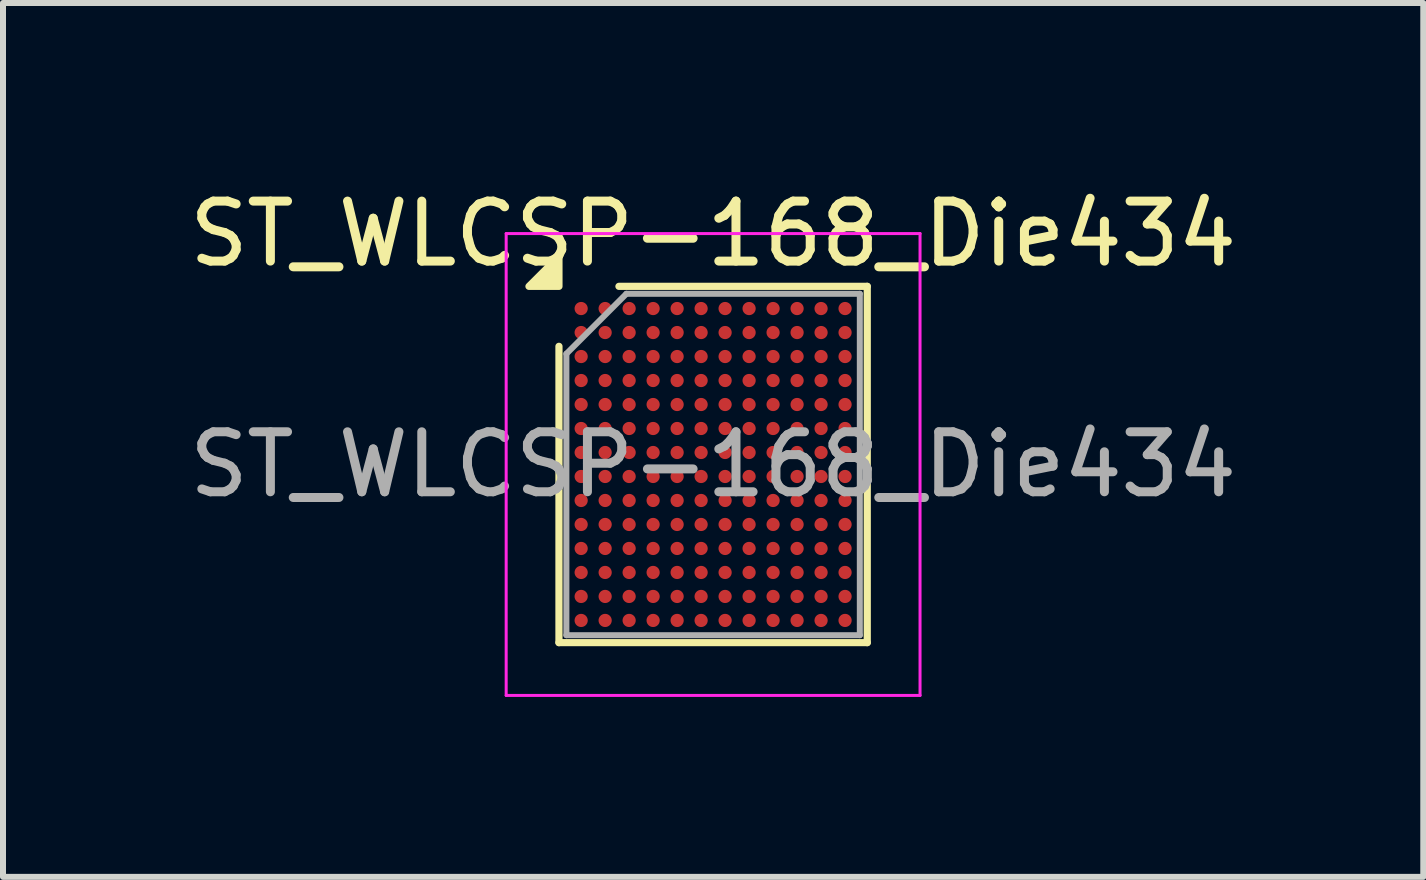
<source format=kicad_pcb>
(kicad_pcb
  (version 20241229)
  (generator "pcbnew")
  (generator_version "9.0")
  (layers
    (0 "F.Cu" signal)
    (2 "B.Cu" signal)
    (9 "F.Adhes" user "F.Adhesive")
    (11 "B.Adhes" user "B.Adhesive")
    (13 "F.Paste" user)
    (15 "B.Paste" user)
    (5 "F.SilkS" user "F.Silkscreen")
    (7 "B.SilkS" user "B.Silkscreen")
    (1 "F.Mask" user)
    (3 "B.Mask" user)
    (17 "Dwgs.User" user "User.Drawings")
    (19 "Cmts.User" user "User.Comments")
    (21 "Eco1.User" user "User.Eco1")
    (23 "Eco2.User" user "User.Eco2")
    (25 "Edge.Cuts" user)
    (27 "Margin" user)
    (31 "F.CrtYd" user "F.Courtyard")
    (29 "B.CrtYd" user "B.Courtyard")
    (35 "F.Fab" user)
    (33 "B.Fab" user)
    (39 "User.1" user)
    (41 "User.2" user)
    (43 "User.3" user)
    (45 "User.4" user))
  (footprint "ST_WLCSP-168_Die434"
    (layer "F.Cu")
    (at 8.839 4.694)
    (property "Reference" "ST_WLCSP-168_Die434" (at 0 -3.846 0) (layer "F.SilkS") (effects (font (size 1 1) (thickness 0.15))))
    (attr smd)
    (fp_line (start -2.57 2.97) (end -2.57 -1.97) (stroke (width 0.12) (type solid)) (layer "F.SilkS"))
    (fp_line (start -1.57 -2.97) (end 2.57 -2.97) (stroke (width 0.12) (type solid)) (layer "F.SilkS"))
    (fp_line (start 2.57 -2.97) (end 2.57 2.97) (stroke (width 0.12) (type solid)) (layer "F.SilkS"))
    (fp_line (start 2.57 2.97) (end -2.57 2.97) (stroke (width 0.12) (type solid)) (layer "F.SilkS"))
    (fp_poly (pts (xy -2.57 -2.97) (xy -3.07 -2.97) (xy -2.57 -3.47) (xy -2.57 -2.97)) (stroke (width 0.12) (type solid)) (fill yes) (layer "F.SilkS"))
    (fp_line (start -3.45 -3.85) (end -3.45 3.85) (stroke (width 0.05) (type solid)) (layer "F.CrtYd"))
    (fp_line (start -3.45 3.85) (end 3.45 3.85) (stroke (width 0.05) (type solid)) (layer "F.CrtYd"))
    (fp_line (start 3.45 -3.85) (end -3.45 -3.85) (stroke (width 0.05) (type solid)) (layer "F.CrtYd"))
    (fp_line (start 3.45 3.85) (end 3.45 -3.85) (stroke (width 0.05) (type solid)) (layer "F.CrtYd"))
    (fp_line (start -2.446 -1.846) (end -1.446 -2.846) (stroke (width 0.1) (type solid)) (layer "F.Fab"))
    (fp_line (start -2.446 2.846) (end -2.446 -1.846) (stroke (width 0.1) (type solid)) (layer "F.Fab"))
    (fp_line (start -1.446 -2.846) (end 2.446 -2.846) (stroke (width 0.1) (type solid)) (layer "F.Fab"))
    (fp_line (start 2.446 -2.846) (end 2.446 2.846) (stroke (width 0.1) (type solid)) (layer "F.Fab"))
    (fp_line (start 2.446 2.846) (end -2.446 2.846) (stroke (width 0.1) (type solid)) (layer "F.Fab"))
    (fp_text user "${REFERENCE}" (at 0 0 0) (layer "F.Fab") (effects (font (size 1 1) (thickness 0.15))))
    (pad "A1" smd circle (at -2.2 -2.6) (size 0.22 0.22) (property pad_prop_bga) (layers "F.Cu" "F.Mask" "F.Paste"))
    (pad "A2" smd circle (at -1.8 -2.6) (size 0.22 0.22) (property pad_prop_bga) (layers "F.Cu" "F.Mask" "F.Paste"))
    (pad "A3" smd circle (at -1.4 -2.6) (size 0.22 0.22) (property pad_prop_bga) (layers "F.Cu" "F.Mask" "F.Paste"))
    (pad "A4" smd circle (at -1 -2.6) (size 0.22 0.22) (property pad_prop_bga) (layers "F.Cu" "F.Mask" "F.Paste"))
    (pad "A5" smd circle (at -0.6 -2.6) (size 0.22 0.22) (property pad_prop_bga) (layers "F.Cu" "F.Mask" "F.Paste"))
    (pad "A6" smd circle (at -0.2 -2.6) (size 0.22 0.22) (property pad_prop_bga) (layers "F.Cu" "F.Mask" "F.Paste"))
    (pad "A7" smd circle (at 0.2 -2.6) (size 0.22 0.22) (property pad_prop_bga) (layers "F.Cu" "F.Mask" "F.Paste"))
    (pad "A8" smd circle (at 0.6 -2.6) (size 0.22 0.22) (property pad_prop_bga) (layers "F.Cu" "F.Mask" "F.Paste"))
    (pad "A9" smd circle (at 1 -2.6) (size 0.22 0.22) (property pad_prop_bga) (layers "F.Cu" "F.Mask" "F.Paste"))
    (pad "A10" smd circle (at 1.4 -2.6) (size 0.22 0.22) (property pad_prop_bga) (layers "F.Cu" "F.Mask" "F.Paste"))
    (pad "A11" smd circle (at 1.8 -2.6) (size 0.22 0.22) (property pad_prop_bga) (layers "F.Cu" "F.Mask" "F.Paste"))
    (pad "A12" smd circle (at 2.2 -2.6) (size 0.22 0.22) (property pad_prop_bga) (layers "F.Cu" "F.Mask" "F.Paste"))
    (pad "B1" smd circle (at -2.2 -2.2) (size 0.22 0.22) (property pad_prop_bga) (layers "F.Cu" "F.Mask" "F.Paste"))
    (pad "B2" smd circle (at -1.8 -2.2) (size 0.22 0.22) (property pad_prop_bga) (layers "F.Cu" "F.Mask" "F.Paste"))
    (pad "B3" smd circle (at -1.4 -2.2) (size 0.22 0.22) (property pad_prop_bga) (layers "F.Cu" "F.Mask" "F.Paste"))
    (pad "B4" smd circle (at -1 -2.2) (size 0.22 0.22) (property pad_prop_bga) (layers "F.Cu" "F.Mask" "F.Paste"))
    (pad "B5" smd circle (at -0.6 -2.2) (size 0.22 0.22) (property pad_prop_bga) (layers "F.Cu" "F.Mask" "F.Paste"))
    (pad "B6" smd circle (at -0.2 -2.2) (size 0.22 0.22) (property pad_prop_bga) (layers "F.Cu" "F.Mask" "F.Paste"))
    (pad "B7" smd circle (at 0.2 -2.2) (size 0.22 0.22) (property pad_prop_bga) (layers "F.Cu" "F.Mask" "F.Paste"))
    (pad "B8" smd circle (at 0.6 -2.2) (size 0.22 0.22) (property pad_prop_bga) (layers "F.Cu" "F.Mask" "F.Paste"))
    (pad "B9" smd circle (at 1 -2.2) (size 0.22 0.22) (property pad_prop_bga) (layers "F.Cu" "F.Mask" "F.Paste"))
    (pad "B10" smd circle (at 1.4 -2.2) (size 0.22 0.22) (property pad_prop_bga) (layers "F.Cu" "F.Mask" "F.Paste"))
    (pad "B11" smd circle (at 1.8 -2.2) (size 0.22 0.22) (property pad_prop_bga) (layers "F.Cu" "F.Mask" "F.Paste"))
    (pad "B12" smd circle (at 2.2 -2.2) (size 0.22 0.22) (property pad_prop_bga) (layers "F.Cu" "F.Mask" "F.Paste"))
    (pad "C1" smd circle (at -2.2 -1.8) (size 0.22 0.22) (property pad_prop_bga) (layers "F.Cu" "F.Mask" "F.Paste"))
    (pad "C2" smd circle (at -1.8 -1.8) (size 0.22 0.22) (property pad_prop_bga) (layers "F.Cu" "F.Mask" "F.Paste"))
    (pad "C3" smd circle (at -1.4 -1.8) (size 0.22 0.22) (property pad_prop_bga) (layers "F.Cu" "F.Mask" "F.Paste"))
    (pad "C4" smd circle (at -1 -1.8) (size 0.22 0.22) (property pad_prop_bga) (layers "F.Cu" "F.Mask" "F.Paste"))
    (pad "C5" smd circle (at -0.6 -1.8) (size 0.22 0.22) (property pad_prop_bga) (layers "F.Cu" "F.Mask" "F.Paste"))
    (pad "C6" smd circle (at -0.2 -1.8) (size 0.22 0.22) (property pad_prop_bga) (layers "F.Cu" "F.Mask" "F.Paste"))
    (pad "C7" smd circle (at 0.2 -1.8) (size 0.22 0.22) (property pad_prop_bga) (layers "F.Cu" "F.Mask" "F.Paste"))
    (pad "C8" smd circle (at 0.6 -1.8) (size 0.22 0.22) (property pad_prop_bga) (layers "F.Cu" "F.Mask" "F.Paste"))
    (pad "C9" smd circle (at 1 -1.8) (size 0.22 0.22) (property pad_prop_bga) (layers "F.Cu" "F.Mask" "F.Paste"))
    (pad "C10" smd circle (at 1.4 -1.8) (size 0.22 0.22) (property pad_prop_bga) (layers "F.Cu" "F.Mask" "F.Paste"))
    (pad "C11" smd circle (at 1.8 -1.8) (size 0.22 0.22) (property pad_prop_bga) (layers "F.Cu" "F.Mask" "F.Paste"))
    (pad "C12" smd circle (at 2.2 -1.8) (size 0.22 0.22) (property pad_prop_bga) (layers "F.Cu" "F.Mask" "F.Paste"))
    (pad "D1" smd circle (at -2.2 -1.4) (size 0.22 0.22) (property pad_prop_bga) (layers "F.Cu" "F.Mask" "F.Paste"))
    (pad "D2" smd circle (at -1.8 -1.4) (size 0.22 0.22) (property pad_prop_bga) (layers "F.Cu" "F.Mask" "F.Paste"))
    (pad "D3" smd circle (at -1.4 -1.4) (size 0.22 0.22) (property pad_prop_bga) (layers "F.Cu" "F.Mask" "F.Paste"))
    (pad "D4" smd circle (at -1 -1.4) (size 0.22 0.22) (property pad_prop_bga) (layers "F.Cu" "F.Mask" "F.Paste"))
    (pad "D5" smd circle (at -0.6 -1.4) (size 0.22 0.22) (property pad_prop_bga) (layers "F.Cu" "F.Mask" "F.Paste"))
    (pad "D6" smd circle (at -0.2 -1.4) (size 0.22 0.22) (property pad_prop_bga) (layers "F.Cu" "F.Mask" "F.Paste"))
    (pad "D7" smd circle (at 0.2 -1.4) (size 0.22 0.22) (property pad_prop_bga) (layers "F.Cu" "F.Mask" "F.Paste"))
    (pad "D8" smd circle (at 0.6 -1.4) (size 0.22 0.22) (property pad_prop_bga) (layers "F.Cu" "F.Mask" "F.Paste"))
    (pad "D9" smd circle (at 1 -1.4) (size 0.22 0.22) (property pad_prop_bga) (layers "F.Cu" "F.Mask" "F.Paste"))
    (pad "D10" smd circle (at 1.4 -1.4) (size 0.22 0.22) (property pad_prop_bga) (layers "F.Cu" "F.Mask" "F.Paste"))
    (pad "D11" smd circle (at 1.8 -1.4) (size 0.22 0.22) (property pad_prop_bga) (layers "F.Cu" "F.Mask" "F.Paste"))
    (pad "D12" smd circle (at 2.2 -1.4) (size 0.22 0.22) (property pad_prop_bga) (layers "F.Cu" "F.Mask" "F.Paste"))
    (pad "E1" smd circle (at -2.2 -1) (size 0.22 0.22) (property pad_prop_bga) (layers "F.Cu" "F.Mask" "F.Paste"))
    (pad "E2" smd circle (at -1.8 -1) (size 0.22 0.22) (property pad_prop_bga) (layers "F.Cu" "F.Mask" "F.Paste"))
    (pad "E3" smd circle (at -1.4 -1) (size 0.22 0.22) (property pad_prop_bga) (layers "F.Cu" "F.Mask" "F.Paste"))
    (pad "E4" smd circle (at -1 -1) (size 0.22 0.22) (property pad_prop_bga) (layers "F.Cu" "F.Mask" "F.Paste"))
    (pad "E5" smd circle (at -0.6 -1) (size 0.22 0.22) (property pad_prop_bga) (layers "F.Cu" "F.Mask" "F.Paste"))
    (pad "E6" smd circle (at -0.2 -1) (size 0.22 0.22) (property pad_prop_bga) (layers "F.Cu" "F.Mask" "F.Paste"))
    (pad "E7" smd circle (at 0.2 -1) (size 0.22 0.22) (property pad_prop_bga) (layers "F.Cu" "F.Mask" "F.Paste"))
    (pad "E8" smd circle (at 0.6 -1) (size 0.22 0.22) (property pad_prop_bga) (layers "F.Cu" "F.Mask" "F.Paste"))
    (pad "E9" smd circle (at 1 -1) (size 0.22 0.22) (property pad_prop_bga) (layers "F.Cu" "F.Mask" "F.Paste"))
    (pad "E10" smd circle (at 1.4 -1) (size 0.22 0.22) (property pad_prop_bga) (layers "F.Cu" "F.Mask" "F.Paste"))
    (pad "E11" smd circle (at 1.8 -1) (size 0.22 0.22) (property pad_prop_bga) (layers "F.Cu" "F.Mask" "F.Paste"))
    (pad "E12" smd circle (at 2.2 -1) (size 0.22 0.22) (property pad_prop_bga) (layers "F.Cu" "F.Mask" "F.Paste"))
    (pad "F1" smd circle (at -2.2 -0.6) (size 0.22 0.22) (property pad_prop_bga) (layers "F.Cu" "F.Mask" "F.Paste"))
    (pad "F2" smd circle (at -1.8 -0.6) (size 0.22 0.22) (property pad_prop_bga) (layers "F.Cu" "F.Mask" "F.Paste"))
    (pad "F3" smd circle (at -1.4 -0.6) (size 0.22 0.22) (property pad_prop_bga) (layers "F.Cu" "F.Mask" "F.Paste"))
    (pad "F4" smd circle (at -1 -0.6) (size 0.22 0.22) (property pad_prop_bga) (layers "F.Cu" "F.Mask" "F.Paste"))
    (pad "F5" smd circle (at -0.6 -0.6) (size 0.22 0.22) (property pad_prop_bga) (layers "F.Cu" "F.Mask" "F.Paste"))
    (pad "F6" smd circle (at -0.2 -0.6) (size 0.22 0.22) (property pad_prop_bga) (layers "F.Cu" "F.Mask" "F.Paste"))
    (pad "F7" smd circle (at 0.2 -0.6) (size 0.22 0.22) (property pad_prop_bga) (layers "F.Cu" "F.Mask" "F.Paste"))
    (pad "F8" smd circle (at 0.6 -0.6) (size 0.22 0.22) (property pad_prop_bga) (layers "F.Cu" "F.Mask" "F.Paste"))
    (pad "F9" smd circle (at 1 -0.6) (size 0.22 0.22) (property pad_prop_bga) (layers "F.Cu" "F.Mask" "F.Paste"))
    (pad "F10" smd circle (at 1.4 -0.6) (size 0.22 0.22) (property pad_prop_bga) (layers "F.Cu" "F.Mask" "F.Paste"))
    (pad "F11" smd circle (at 1.8 -0.6) (size 0.22 0.22) (property pad_prop_bga) (layers "F.Cu" "F.Mask" "F.Paste"))
    (pad "F12" smd circle (at 2.2 -0.6) (size 0.22 0.22) (property pad_prop_bga) (layers "F.Cu" "F.Mask" "F.Paste"))
    (pad "G1" smd circle (at -2.2 -0.2) (size 0.22 0.22) (property pad_prop_bga) (layers "F.Cu" "F.Mask" "F.Paste"))
    (pad "G2" smd circle (at -1.8 -0.2) (size 0.22 0.22) (property pad_prop_bga) (layers "F.Cu" "F.Mask" "F.Paste"))
    (pad "G3" smd circle (at -1.4 -0.2) (size 0.22 0.22) (property pad_prop_bga) (layers "F.Cu" "F.Mask" "F.Paste"))
    (pad "G4" smd circle (at -1 -0.2) (size 0.22 0.22) (property pad_prop_bga) (layers "F.Cu" "F.Mask" "F.Paste"))
    (pad "G5" smd circle (at -0.6 -0.2) (size 0.22 0.22) (property pad_prop_bga) (layers "F.Cu" "F.Mask" "F.Paste"))
    (pad "G6" smd circle (at -0.2 -0.2) (size 0.22 0.22) (property pad_prop_bga) (layers "F.Cu" "F.Mask" "F.Paste"))
    (pad "G7" smd circle (at 0.2 -0.2) (size 0.22 0.22) (property pad_prop_bga) (layers "F.Cu" "F.Mask" "F.Paste"))
    (pad "G8" smd circle (at 0.6 -0.2) (size 0.22 0.22) (property pad_prop_bga) (layers "F.Cu" "F.Mask" "F.Paste"))
    (pad "G9" smd circle (at 1 -0.2) (size 0.22 0.22) (property pad_prop_bga) (layers "F.Cu" "F.Mask" "F.Paste"))
    (pad "G10" smd circle (at 1.4 -0.2) (size 0.22 0.22) (property pad_prop_bga) (layers "F.Cu" "F.Mask" "F.Paste"))
    (pad "G11" smd circle (at 1.8 -0.2) (size 0.22 0.22) (property pad_prop_bga) (layers "F.Cu" "F.Mask" "F.Paste"))
    (pad "G12" smd circle (at 2.2 -0.2) (size 0.22 0.22) (property pad_prop_bga) (layers "F.Cu" "F.Mask" "F.Paste"))
    (pad "H1" smd circle (at -2.2 0.2) (size 0.22 0.22) (property pad_prop_bga) (layers "F.Cu" "F.Mask" "F.Paste"))
    (pad "H2" smd circle (at -1.8 0.2) (size 0.22 0.22) (property pad_prop_bga) (layers "F.Cu" "F.Mask" "F.Paste"))
    (pad "H3" smd circle (at -1.4 0.2) (size 0.22 0.22) (property pad_prop_bga) (layers "F.Cu" "F.Mask" "F.Paste"))
    (pad "H4" smd circle (at -1 0.2) (size 0.22 0.22) (property pad_prop_bga) (layers "F.Cu" "F.Mask" "F.Paste"))
    (pad "H5" smd circle (at -0.6 0.2) (size 0.22 0.22) (property pad_prop_bga) (layers "F.Cu" "F.Mask" "F.Paste"))
    (pad "H6" smd circle (at -0.2 0.2) (size 0.22 0.22) (property pad_prop_bga) (layers "F.Cu" "F.Mask" "F.Paste"))
    (pad "H7" smd circle (at 0.2 0.2) (size 0.22 0.22) (property pad_prop_bga) (layers "F.Cu" "F.Mask" "F.Paste"))
    (pad "H8" smd circle (at 0.6 0.2) (size 0.22 0.22) (property pad_prop_bga) (layers "F.Cu" "F.Mask" "F.Paste"))
    (pad "H9" smd circle (at 1 0.2) (size 0.22 0.22) (property pad_prop_bga) (layers "F.Cu" "F.Mask" "F.Paste"))
    (pad "H10" smd circle (at 1.4 0.2) (size 0.22 0.22) (property pad_prop_bga) (layers "F.Cu" "F.Mask" "F.Paste"))
    (pad "H11" smd circle (at 1.8 0.2) (size 0.22 0.22) (property pad_prop_bga) (layers "F.Cu" "F.Mask" "F.Paste"))
    (pad "H12" smd circle (at 2.2 0.2) (size 0.22 0.22) (property pad_prop_bga) (layers "F.Cu" "F.Mask" "F.Paste"))
    (pad "J1" smd circle (at -2.2 0.6) (size 0.22 0.22) (property pad_prop_bga) (layers "F.Cu" "F.Mask" "F.Paste"))
    (pad "J2" smd circle (at -1.8 0.6) (size 0.22 0.22) (property pad_prop_bga) (layers "F.Cu" "F.Mask" "F.Paste"))
    (pad "J3" smd circle (at -1.4 0.6) (size 0.22 0.22) (property pad_prop_bga) (layers "F.Cu" "F.Mask" "F.Paste"))
    (pad "J4" smd circle (at -1 0.6) (size 0.22 0.22) (property pad_prop_bga) (layers "F.Cu" "F.Mask" "F.Paste"))
    (pad "J5" smd circle (at -0.6 0.6) (size 0.22 0.22) (property pad_prop_bga) (layers "F.Cu" "F.Mask" "F.Paste"))
    (pad "J6" smd circle (at -0.2 0.6) (size 0.22 0.22) (property pad_prop_bga) (layers "F.Cu" "F.Mask" "F.Paste"))
    (pad "J7" smd circle (at 0.2 0.6) (size 0.22 0.22) (property pad_prop_bga) (layers "F.Cu" "F.Mask" "F.Paste"))
    (pad "J8" smd circle (at 0.6 0.6) (size 0.22 0.22) (property pad_prop_bga) (layers "F.Cu" "F.Mask" "F.Paste"))
    (pad "J9" smd circle (at 1 0.6) (size 0.22 0.22) (property pad_prop_bga) (layers "F.Cu" "F.Mask" "F.Paste"))
    (pad "J10" smd circle (at 1.4 0.6) (size 0.22 0.22) (property pad_prop_bga) (layers "F.Cu" "F.Mask" "F.Paste"))
    (pad "J11" smd circle (at 1.8 0.6) (size 0.22 0.22) (property pad_prop_bga) (layers "F.Cu" "F.Mask" "F.Paste"))
    (pad "J12" smd circle (at 2.2 0.6) (size 0.22 0.22) (property pad_prop_bga) (layers "F.Cu" "F.Mask" "F.Paste"))
    (pad "K1" smd circle (at -2.2 1) (size 0.22 0.22) (property pad_prop_bga) (layers "F.Cu" "F.Mask" "F.Paste"))
    (pad "K2" smd circle (at -1.8 1) (size 0.22 0.22) (property pad_prop_bga) (layers "F.Cu" "F.Mask" "F.Paste"))
    (pad "K3" smd circle (at -1.4 1) (size 0.22 0.22) (property pad_prop_bga) (layers "F.Cu" "F.Mask" "F.Paste"))
    (pad "K4" smd circle (at -1 1) (size 0.22 0.22) (property pad_prop_bga) (layers "F.Cu" "F.Mask" "F.Paste"))
    (pad "K5" smd circle (at -0.6 1) (size 0.22 0.22) (property pad_prop_bga) (layers "F.Cu" "F.Mask" "F.Paste"))
    (pad "K6" smd circle (at -0.2 1) (size 0.22 0.22) (property pad_prop_bga) (layers "F.Cu" "F.Mask" "F.Paste"))
    (pad "K7" smd circle (at 0.2 1) (size 0.22 0.22) (property pad_prop_bga) (layers "F.Cu" "F.Mask" "F.Paste"))
    (pad "K8" smd circle (at 0.6 1) (size 0.22 0.22) (property pad_prop_bga) (layers "F.Cu" "F.Mask" "F.Paste"))
    (pad "K9" smd circle (at 1 1) (size 0.22 0.22) (property pad_prop_bga) (layers "F.Cu" "F.Mask" "F.Paste"))
    (pad "K10" smd circle (at 1.4 1) (size 0.22 0.22) (property pad_prop_bga) (layers "F.Cu" "F.Mask" "F.Paste"))
    (pad "K11" smd circle (at 1.8 1) (size 0.22 0.22) (property pad_prop_bga) (layers "F.Cu" "F.Mask" "F.Paste"))
    (pad "K12" smd circle (at 2.2 1) (size 0.22 0.22) (property pad_prop_bga) (layers "F.Cu" "F.Mask" "F.Paste"))
    (pad "L1" smd circle (at -2.2 1.4) (size 0.22 0.22) (property pad_prop_bga) (layers "F.Cu" "F.Mask" "F.Paste"))
    (pad "L2" smd circle (at -1.8 1.4) (size 0.22 0.22) (property pad_prop_bga) (layers "F.Cu" "F.Mask" "F.Paste"))
    (pad "L3" smd circle (at -1.4 1.4) (size 0.22 0.22) (property pad_prop_bga) (layers "F.Cu" "F.Mask" "F.Paste"))
    (pad "L4" smd circle (at -1 1.4) (size 0.22 0.22) (property pad_prop_bga) (layers "F.Cu" "F.Mask" "F.Paste"))
    (pad "L5" smd circle (at -0.6 1.4) (size 0.22 0.22) (property pad_prop_bga) (layers "F.Cu" "F.Mask" "F.Paste"))
    (pad "L6" smd circle (at -0.2 1.4) (size 0.22 0.22) (property pad_prop_bga) (layers "F.Cu" "F.Mask" "F.Paste"))
    (pad "L7" smd circle (at 0.2 1.4) (size 0.22 0.22) (property pad_prop_bga) (layers "F.Cu" "F.Mask" "F.Paste"))
    (pad "L8" smd circle (at 0.6 1.4) (size 0.22 0.22) (property pad_prop_bga) (layers "F.Cu" "F.Mask" "F.Paste"))
    (pad "L9" smd circle (at 1 1.4) (size 0.22 0.22) (property pad_prop_bga) (layers "F.Cu" "F.Mask" "F.Paste"))
    (pad "L10" smd circle (at 1.4 1.4) (size 0.22 0.22) (property pad_prop_bga) (layers "F.Cu" "F.Mask" "F.Paste"))
    (pad "L11" smd circle (at 1.8 1.4) (size 0.22 0.22) (property pad_prop_bga) (layers "F.Cu" "F.Mask" "F.Paste"))
    (pad "L12" smd circle (at 2.2 1.4) (size 0.22 0.22) (property pad_prop_bga) (layers "F.Cu" "F.Mask" "F.Paste"))
    (pad "M1" smd circle (at -2.2 1.8) (size 0.22 0.22) (property pad_prop_bga) (layers "F.Cu" "F.Mask" "F.Paste"))
    (pad "M2" smd circle (at -1.8 1.8) (size 0.22 0.22) (property pad_prop_bga) (layers "F.Cu" "F.Mask" "F.Paste"))
    (pad "M3" smd circle (at -1.4 1.8) (size 0.22 0.22) (property pad_prop_bga) (layers "F.Cu" "F.Mask" "F.Paste"))
    (pad "M4" smd circle (at -1 1.8) (size 0.22 0.22) (property pad_prop_bga) (layers "F.Cu" "F.Mask" "F.Paste"))
    (pad "M5" smd circle (at -0.6 1.8) (size 0.22 0.22) (property pad_prop_bga) (layers "F.Cu" "F.Mask" "F.Paste"))
    (pad "M6" smd circle (at -0.2 1.8) (size 0.22 0.22) (property pad_prop_bga) (layers "F.Cu" "F.Mask" "F.Paste"))
    (pad "M7" smd circle (at 0.2 1.8) (size 0.22 0.22) (property pad_prop_bga) (layers "F.Cu" "F.Mask" "F.Paste"))
    (pad "M8" smd circle (at 0.6 1.8) (size 0.22 0.22) (property pad_prop_bga) (layers "F.Cu" "F.Mask" "F.Paste"))
    (pad "M9" smd circle (at 1 1.8) (size 0.22 0.22) (property pad_prop_bga) (layers "F.Cu" "F.Mask" "F.Paste"))
    (pad "M10" smd circle (at 1.4 1.8) (size 0.22 0.22) (property pad_prop_bga) (layers "F.Cu" "F.Mask" "F.Paste"))
    (pad "M11" smd circle (at 1.8 1.8) (size 0.22 0.22) (property pad_prop_bga) (layers "F.Cu" "F.Mask" "F.Paste"))
    (pad "M12" smd circle (at 2.2 1.8) (size 0.22 0.22) (property pad_prop_bga) (layers "F.Cu" "F.Mask" "F.Paste"))
    (pad "N1" smd circle (at -2.2 2.2) (size 0.22 0.22) (property pad_prop_bga) (layers "F.Cu" "F.Mask" "F.Paste"))
    (pad "N2" smd circle (at -1.8 2.2) (size 0.22 0.22) (property pad_prop_bga) (layers "F.Cu" "F.Mask" "F.Paste"))
    (pad "N3" smd circle (at -1.4 2.2) (size 0.22 0.22) (property pad_prop_bga) (layers "F.Cu" "F.Mask" "F.Paste"))
    (pad "N4" smd circle (at -1 2.2) (size 0.22 0.22) (property pad_prop_bga) (layers "F.Cu" "F.Mask" "F.Paste"))
    (pad "N5" smd circle (at -0.6 2.2) (size 0.22 0.22) (property pad_prop_bga) (layers "F.Cu" "F.Mask" "F.Paste"))
    (pad "N6" smd circle (at -0.2 2.2) (size 0.22 0.22) (property pad_prop_bga) (layers "F.Cu" "F.Mask" "F.Paste"))
    (pad "N7" smd circle (at 0.2 2.2) (size 0.22 0.22) (property pad_prop_bga) (layers "F.Cu" "F.Mask" "F.Paste"))
    (pad "N8" smd circle (at 0.6 2.2) (size 0.22 0.22) (property pad_prop_bga) (layers "F.Cu" "F.Mask" "F.Paste"))
    (pad "N9" smd circle (at 1 2.2) (size 0.22 0.22) (property pad_prop_bga) (layers "F.Cu" "F.Mask" "F.Paste"))
    (pad "N10" smd circle (at 1.4 2.2) (size 0.22 0.22) (property pad_prop_bga) (layers "F.Cu" "F.Mask" "F.Paste"))
    (pad "N11" smd circle (at 1.8 2.2) (size 0.22 0.22) (property pad_prop_bga) (layers "F.Cu" "F.Mask" "F.Paste"))
    (pad "N12" smd circle (at 2.2 2.2) (size 0.22 0.22) (property pad_prop_bga) (layers "F.Cu" "F.Mask" "F.Paste"))
    (pad "P1" smd circle (at -2.2 2.6) (size 0.22 0.22) (property pad_prop_bga) (layers "F.Cu" "F.Mask" "F.Paste"))
    (pad "P2" smd circle (at -1.8 2.6) (size 0.22 0.22) (property pad_prop_bga) (layers "F.Cu" "F.Mask" "F.Paste"))
    (pad "P3" smd circle (at -1.4 2.6) (size 0.22 0.22) (property pad_prop_bga) (layers "F.Cu" "F.Mask" "F.Paste"))
    (pad "P4" smd circle (at -1 2.6) (size 0.22 0.22) (property pad_prop_bga) (layers "F.Cu" "F.Mask" "F.Paste"))
    (pad "P5" smd circle (at -0.6 2.6) (size 0.22 0.22) (property pad_prop_bga) (layers "F.Cu" "F.Mask" "F.Paste"))
    (pad "P6" smd circle (at -0.2 2.6) (size 0.22 0.22) (property pad_prop_bga) (layers "F.Cu" "F.Mask" "F.Paste"))
    (pad "P7" smd circle (at 0.2 2.6) (size 0.22 0.22) (property pad_prop_bga) (layers "F.Cu" "F.Mask" "F.Paste"))
    (pad "P8" smd circle (at 0.6 2.6) (size 0.22 0.22) (property pad_prop_bga) (layers "F.Cu" "F.Mask" "F.Paste"))
    (pad "P9" smd circle (at 1 2.6) (size 0.22 0.22) (property pad_prop_bga) (layers "F.Cu" "F.Mask" "F.Paste"))
    (pad "P10" smd circle (at 1.4 2.6) (size 0.22 0.22) (property pad_prop_bga) (layers "F.Cu" "F.Mask" "F.Paste"))
    (pad "P11" smd circle (at 1.8 2.6) (size 0.22 0.22) (property pad_prop_bga) (layers "F.Cu" "F.Mask" "F.Paste"))
    (pad "P12" smd circle (at 2.2 2.6) (size 0.22 0.22) (property pad_prop_bga) (layers "F.Cu" "F.Mask" "F.Paste")))
  (gr_rect
    (start -3 -3)
    (end 20.679 11.569)
    (stroke (width 0.1) (type default))
    (fill no)
    (layer "Edge.Cuts")))
</source>
